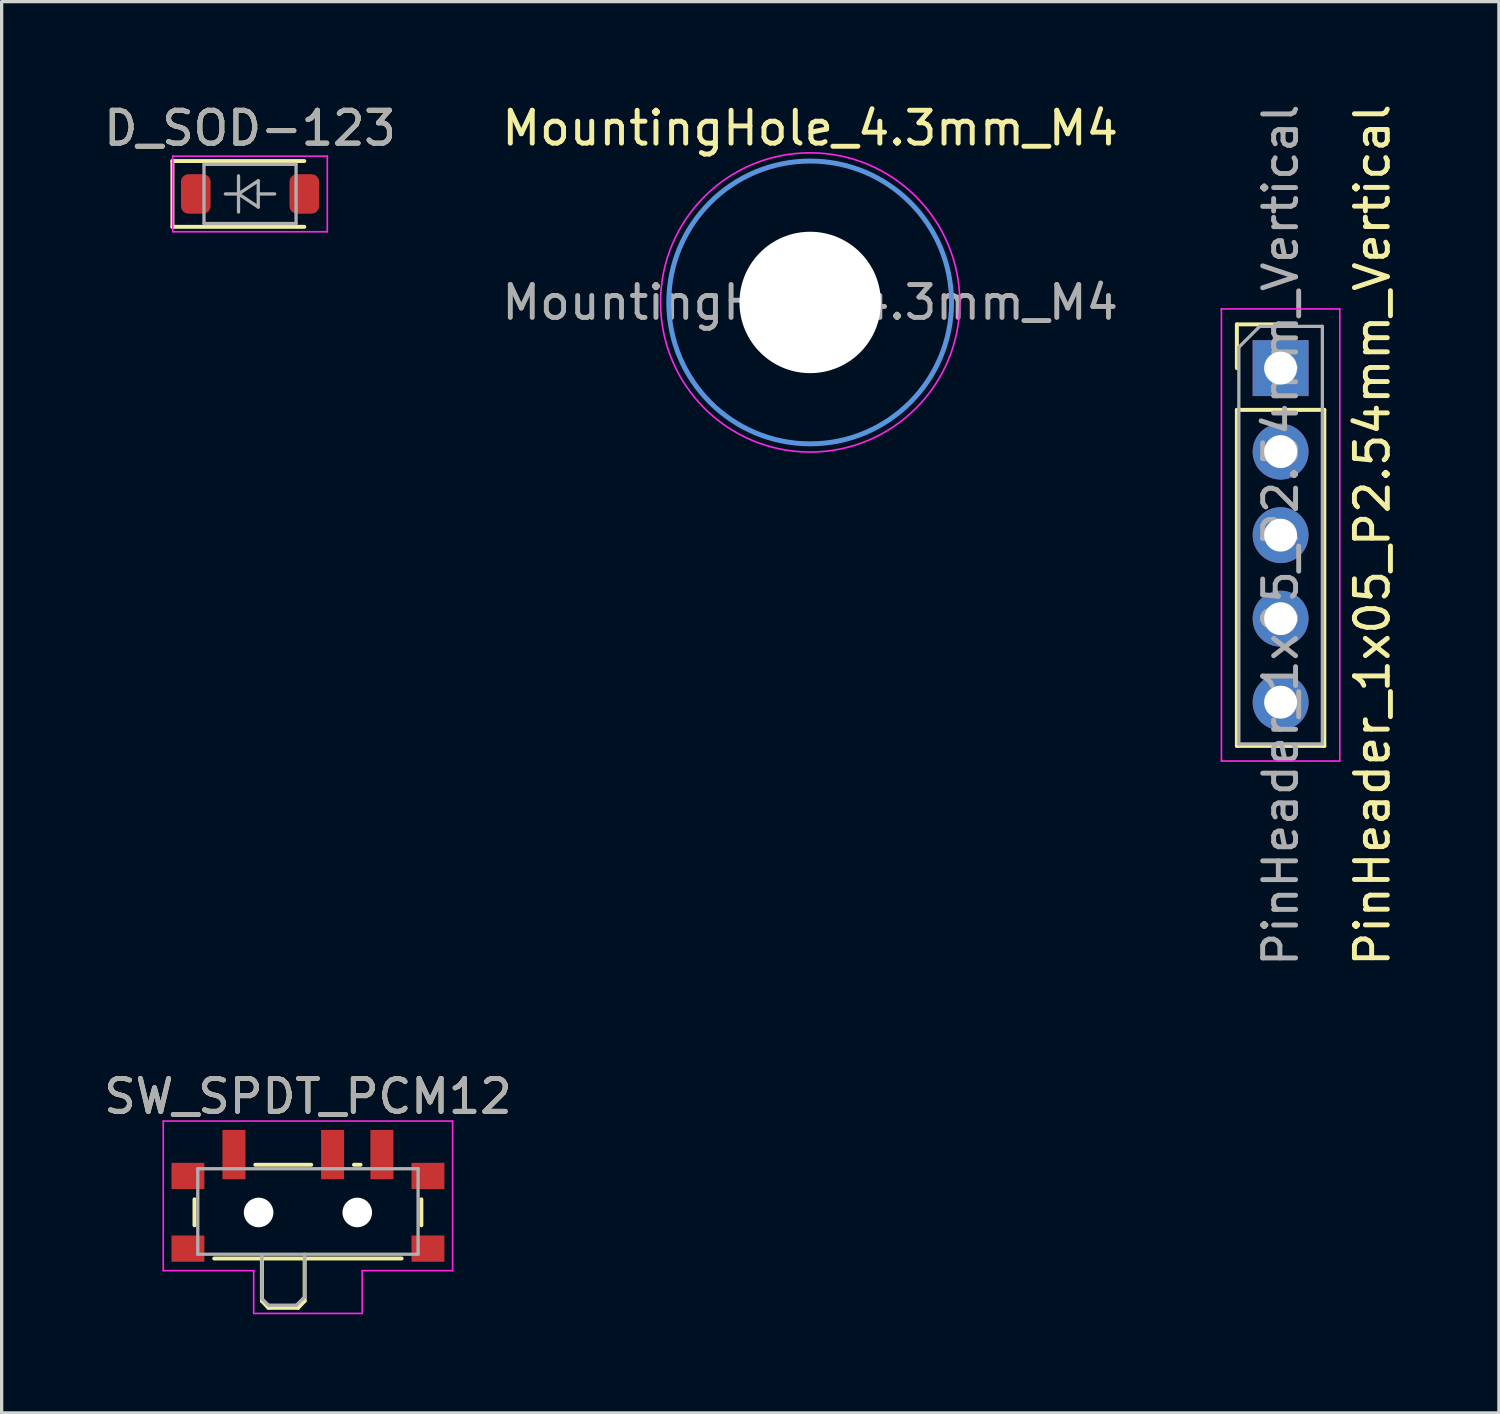
<source format=kicad_pcb>
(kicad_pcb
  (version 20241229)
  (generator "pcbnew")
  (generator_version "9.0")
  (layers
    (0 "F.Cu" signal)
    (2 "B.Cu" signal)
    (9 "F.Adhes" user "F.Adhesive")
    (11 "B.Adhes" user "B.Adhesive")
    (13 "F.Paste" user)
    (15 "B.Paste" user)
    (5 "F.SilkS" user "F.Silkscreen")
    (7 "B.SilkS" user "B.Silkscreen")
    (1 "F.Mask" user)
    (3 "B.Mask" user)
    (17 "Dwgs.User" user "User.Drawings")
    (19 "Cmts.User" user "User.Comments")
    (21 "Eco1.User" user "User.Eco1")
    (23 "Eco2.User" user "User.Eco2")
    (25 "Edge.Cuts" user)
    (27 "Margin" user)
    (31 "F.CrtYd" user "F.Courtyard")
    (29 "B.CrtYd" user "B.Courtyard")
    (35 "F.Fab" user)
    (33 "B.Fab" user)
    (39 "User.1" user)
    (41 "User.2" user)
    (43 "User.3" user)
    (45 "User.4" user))
  (footprint "SW_SPDT_PCM12"
    (layer "F.Cu")
    (at 6.315 33.494)
    (property "Reference" "SW_SPDT_PCM12" (at 0 -3.2 180) (layer "F.SilkS") (effects (font (size 1 1) (thickness 0.15))))
    (attr smd)
    (fp_line (start -3.45 -0.07) (end -3.45 0.72) (stroke (width 0.12) (type solid)) (layer "F.SilkS"))
    (fp_line (start -2.85 1.73) (end 2.85 1.73) (stroke (width 0.12) (type solid)) (layer "F.SilkS"))
    (fp_line (start -1.6 -1.12) (end 0.1 -1.12) (stroke (width 0.12) (type solid)) (layer "F.SilkS"))
    (fp_line (start -1.4 1.73) (end -1.4 3.02) (stroke (width 0.12) (type solid)) (layer "F.SilkS"))
    (fp_line (start -1.4 3.02) (end -1.2 3.23) (stroke (width 0.12) (type solid)) (layer "F.SilkS"))
    (fp_line (start -1.2 3.23) (end -0.3 3.23) (stroke (width 0.12) (type solid)) (layer "F.SilkS"))
    (fp_line (start -0.1 3.02) (end -0.3 3.23) (stroke (width 0.12) (type solid)) (layer "F.SilkS"))
    (fp_line (start -0.1 3.02) (end -0.1 1.73) (stroke (width 0.12) (type solid)) (layer "F.SilkS"))
    (fp_line (start 1.4 -1.12) (end 1.6 -1.12) (stroke (width 0.12) (type solid)) (layer "F.SilkS"))
    (fp_line (start 3.45 0.72) (end 3.45 -0.07) (stroke (width 0.12) (type solid)) (layer "F.SilkS"))
    (fp_line (start -4.4 -2.45) (end 4.4 -2.45) (stroke (width 0.05) (type solid)) (layer "F.CrtYd"))
    (fp_line (start -4.4 2.1) (end -4.4 -2.45) (stroke (width 0.05) (type solid)) (layer "F.CrtYd"))
    (fp_line (start -1.65 2.1) (end -4.4 2.1) (stroke (width 0.05) (type solid)) (layer "F.CrtYd"))
    (fp_line (start -1.65 3.4) (end -1.65 2.1) (stroke (width 0.05) (type solid)) (layer "F.CrtYd"))
    (fp_line (start 1.65 2.1) (end 1.65 3.4) (stroke (width 0.05) (type solid)) (layer "F.CrtYd"))
    (fp_line (start 1.65 3.4) (end -1.65 3.4) (stroke (width 0.05) (type solid)) (layer "F.CrtYd"))
    (fp_line (start 4.4 -2.45) (end 4.4 2.1) (stroke (width 0.05) (type solid)) (layer "F.CrtYd"))
    (fp_line (start 4.4 2.1) (end 1.65 2.1) (stroke (width 0.05) (type solid)) (layer "F.CrtYd"))
    (fp_line (start -3.35 -1) (end -3.35 1.6) (stroke (width 0.1) (type solid)) (layer "F.Fab"))
    (fp_line (start -3.35 1.6) (end 3.35 1.6) (stroke (width 0.1) (type solid)) (layer "F.Fab"))
    (fp_line (start -1.4 1.65) (end -1.4 2.95) (stroke (width 0.1) (type solid)) (layer "F.Fab"))
    (fp_line (start -1.4 2.95) (end -1.2 3.15) (stroke (width 0.1) (type solid)) (layer "F.Fab"))
    (fp_line (start -1.2 3.15) (end -0.35 3.15) (stroke (width 0.1) (type solid)) (layer "F.Fab"))
    (fp_line (start -0.35 3.15) (end -0.15 2.95) (stroke (width 0.1) (type solid)) (layer "F.Fab"))
    (fp_line (start -0.15 2.95) (end -0.1 2.9) (stroke (width 0.1) (type solid)) (layer "F.Fab"))
    (fp_line (start -0.1 2.9) (end -0.1 1.6) (stroke (width 0.1) (type solid)) (layer "F.Fab"))
    (fp_line (start 3.35 -1) (end -3.35 -1) (stroke (width 0.1) (type solid)) (layer "F.Fab"))
    (fp_line (start 3.35 1.6) (end 3.35 -1) (stroke (width 0.1) (type solid)) (layer "F.Fab"))
    (fp_text user "${REFERENCE}" (at 0 -3.2 180) (layer "F.Fab") (effects (font (size 1 1) (thickness 0.15))))
    (pad "" smd rect (at -3.65 -0.78) (size 1 0.8) (layers "F.Cu" "F.Mask" "F.Paste"))
    (pad "" smd rect (at -3.65 1.43) (size 1 0.8) (layers "F.Cu" "F.Mask" "F.Paste"))
    (pad "" np_thru_hole circle (at -1.5 0.33) (size 0.9 0.9) (drill 0.9) (layers "*.Cu" "*.Mask"))
    (pad "" np_thru_hole circle (at 1.5 0.33) (size 0.9 0.9) (drill 0.9) (layers "*.Cu" "*.Mask"))
    (pad "" smd rect (at 3.65 -0.78) (size 1 0.8) (layers "F.Cu" "F.Mask" "F.Paste"))
    (pad "" smd rect (at 3.65 1.43) (size 1 0.8) (layers "F.Cu" "F.Mask" "F.Paste"))
    (pad "1" smd rect (at -2.25 -1.43) (size 0.7 1.5) (layers "F.Cu" "F.Mask" "F.Paste"))
    (pad "2" smd rect (at 0.75 -1.43) (size 0.7 1.5) (layers "F.Cu" "F.Mask" "F.Paste"))
    (pad "3" smd rect (at 2.25 -1.43) (size 0.7 1.5) (layers "F.Cu" "F.Mask" "F.Paste")))
  (footprint "D_SOD-123"
    (layer "F.Cu")
    (at 4.554 2.848)
    (property "Reference" "D_SOD-123" (at 0 -2 0) (layer "F.SilkS") (effects (font (size 1 1) (thickness 0.15))))
    (attr smd)
    (fp_line (start -2.36 -1) (end -2.36 1) (stroke (width 0.12) (type solid)) (layer "F.SilkS"))
    (fp_line (start -2.36 -1) (end 1.65 -1) (stroke (width 0.12) (type solid)) (layer "F.SilkS"))
    (fp_line (start -2.36 1) (end 1.65 1) (stroke (width 0.12) (type solid)) (layer "F.SilkS"))
    (fp_line (start -2.35 -1.15) (end -2.35 1.15) (stroke (width 0.05) (type solid)) (layer "F.CrtYd"))
    (fp_line (start -2.35 -1.15) (end 2.35 -1.15) (stroke (width 0.05) (type solid)) (layer "F.CrtYd"))
    (fp_line (start 2.35 -1.15) (end 2.35 1.15) (stroke (width 0.05) (type solid)) (layer "F.CrtYd"))
    (fp_line (start 2.35 1.15) (end -2.35 1.15) (stroke (width 0.05) (type solid)) (layer "F.CrtYd"))
    (fp_line (start -1.4 -0.9) (end 1.4 -0.9) (stroke (width 0.1) (type solid)) (layer "F.Fab"))
    (fp_line (start -1.4 0.9) (end -1.4 -0.9) (stroke (width 0.1) (type solid)) (layer "F.Fab"))
    (fp_line (start -0.75 0) (end -0.35 0) (stroke (width 0.1) (type solid)) (layer "F.Fab"))
    (fp_line (start -0.35 0) (end -0.35 -0.55) (stroke (width 0.1) (type solid)) (layer "F.Fab"))
    (fp_line (start -0.35 0) (end -0.35 0.55) (stroke (width 0.1) (type solid)) (layer "F.Fab"))
    (fp_line (start -0.35 0) (end 0.25 -0.4) (stroke (width 0.1) (type solid)) (layer "F.Fab"))
    (fp_line (start 0.25 -0.4) (end 0.25 0.4) (stroke (width 0.1) (type solid)) (layer "F.Fab"))
    (fp_line (start 0.25 0) (end 0.75 0) (stroke (width 0.1) (type solid)) (layer "F.Fab"))
    (fp_line (start 0.25 0.4) (end -0.35 0) (stroke (width 0.1) (type solid)) (layer "F.Fab"))
    (fp_line (start 1.4 -0.9) (end 1.4 0.9) (stroke (width 0.1) (type solid)) (layer "F.Fab"))
    (fp_line (start 1.4 0.9) (end -1.4 0.9) (stroke (width 0.1) (type solid)) (layer "F.Fab"))
    (fp_text user "${REFERENCE}" (at 0 -2 0) (layer "F.Fab") (effects (font (size 1 1) (thickness 0.15))))
    (pad "1" smd roundrect (at -1.65 0 180) (size 0.9 1.2) (layers "F.Cu" "F.Mask" "F.Paste") (roundrect_rratio 0.25))
    (pad "2" smd roundrect (at 1.65 0 180) (size 0.9 1.2) (layers "F.Cu" "F.Mask" "F.Paste") (roundrect_rratio 0.25)))
  (footprint "MountingHole_4.3mm_M4"
    (layer "F.Cu")
    (at 21.589 6.148)
    (property "Reference" "MountingHole_4.3mm_M4" (at 0 -5.3 0) (layer "F.SilkS") (effects (font (size 1 1) (thickness 0.15))))
    (attr exclude_from_pos_files)
    (fp_circle (center 0 0) (end 4.3 0) (stroke (width 0.15) (type solid)) (fill no) (layer "Cmts.User"))
    (fp_circle (center 0 0) (end 4.55 0) (stroke (width 0.05) (type solid)) (fill no) (layer "F.CrtYd"))
    (fp_text user "${REFERENCE}" (at 0 0 0) (layer "F.Fab") (effects (font (size 1 1) (thickness 0.15))))
    (pad "" np_thru_hole circle (at 0 0) (size 4.3 4.3) (drill 4.3) (layers "*.Cu" "*.Mask")))
  (footprint "PinHeader_1x05_P2.54mm_Vertical"
    (layer "F.Cu")
    (at 35.896 8.145)
    (property "Reference" "PinHeader_1x05_P2.54mm_Vertical" (at 2.79 5.075 90) (layer "F.SilkS") (effects (font (size 1 1) (thickness 0.15))))
    (attr through_hole)
    (fp_line (start -1.33 -1.33) (end 0 -1.33) (stroke (width 0.12) (type solid)) (layer "F.SilkS"))
    (fp_line (start -1.33 0) (end -1.33 -1.33) (stroke (width 0.12) (type solid)) (layer "F.SilkS"))
    (fp_line (start -1.33 1.27) (end -1.33 11.49) (stroke (width 0.12) (type solid)) (layer "F.SilkS"))
    (fp_line (start -1.33 1.27) (end 1.33 1.27) (stroke (width 0.12) (type solid)) (layer "F.SilkS"))
    (fp_line (start -1.33 11.49) (end 1.33 11.49) (stroke (width 0.12) (type solid)) (layer "F.SilkS"))
    (fp_line (start 1.33 1.27) (end 1.33 11.49) (stroke (width 0.12) (type solid)) (layer "F.SilkS"))
    (fp_line (start -1.8 -1.8) (end -1.8 11.95) (stroke (width 0.05) (type solid)) (layer "F.CrtYd"))
    (fp_line (start -1.8 11.95) (end 1.8 11.95) (stroke (width 0.05) (type solid)) (layer "F.CrtYd"))
    (fp_line (start 1.8 -1.8) (end -1.8 -1.8) (stroke (width 0.05) (type solid)) (layer "F.CrtYd"))
    (fp_line (start 1.8 11.95) (end 1.8 -1.8) (stroke (width 0.05) (type solid)) (layer "F.CrtYd"))
    (fp_line (start -1.27 -0.635) (end -0.635 -1.27) (stroke (width 0.1) (type solid)) (layer "F.Fab"))
    (fp_line (start -1.27 11.43) (end -1.27 -0.635) (stroke (width 0.1) (type solid)) (layer "F.Fab"))
    (fp_line (start -0.635 -1.27) (end 1.27 -1.27) (stroke (width 0.1) (type solid)) (layer "F.Fab"))
    (fp_line (start 1.27 -1.27) (end 1.27 11.43) (stroke (width 0.1) (type solid)) (layer "F.Fab"))
    (fp_line (start 1.27 11.43) (end -1.27 11.43) (stroke (width 0.1) (type solid)) (layer "F.Fab"))
    (fp_text user "${REFERENCE}" (at 0 5.08 90) (layer "F.Fab") (effects (font (size 1 1) (thickness 0.15))))
    (pad "1" thru_hole rect (at 0 0) (size 1.7 1.7) (drill 1) (layers "*.Cu" "*.Mask"))
    (pad "2" thru_hole oval (at 0 2.54) (size 1.7 1.7) (drill 1) (layers "*.Cu" "*.Mask"))
    (pad "3" thru_hole oval (at 0 5.08) (size 1.7 1.7) (drill 1) (layers "*.Cu" "*.Mask"))
    (pad "4" thru_hole oval (at 0 7.62) (size 1.7 1.7) (drill 1) (layers "*.Cu" "*.Mask"))
    (pad "5" thru_hole oval (at 0 10.16) (size 1.7 1.7) (drill 1) (layers "*.Cu" "*.Mask")))
  (gr_rect
    (start -3 -3)
    (end 42.535 39.919)
    (stroke (width 0.1) (type default))
    (fill no)
    (layer "Edge.Cuts")))
</source>
